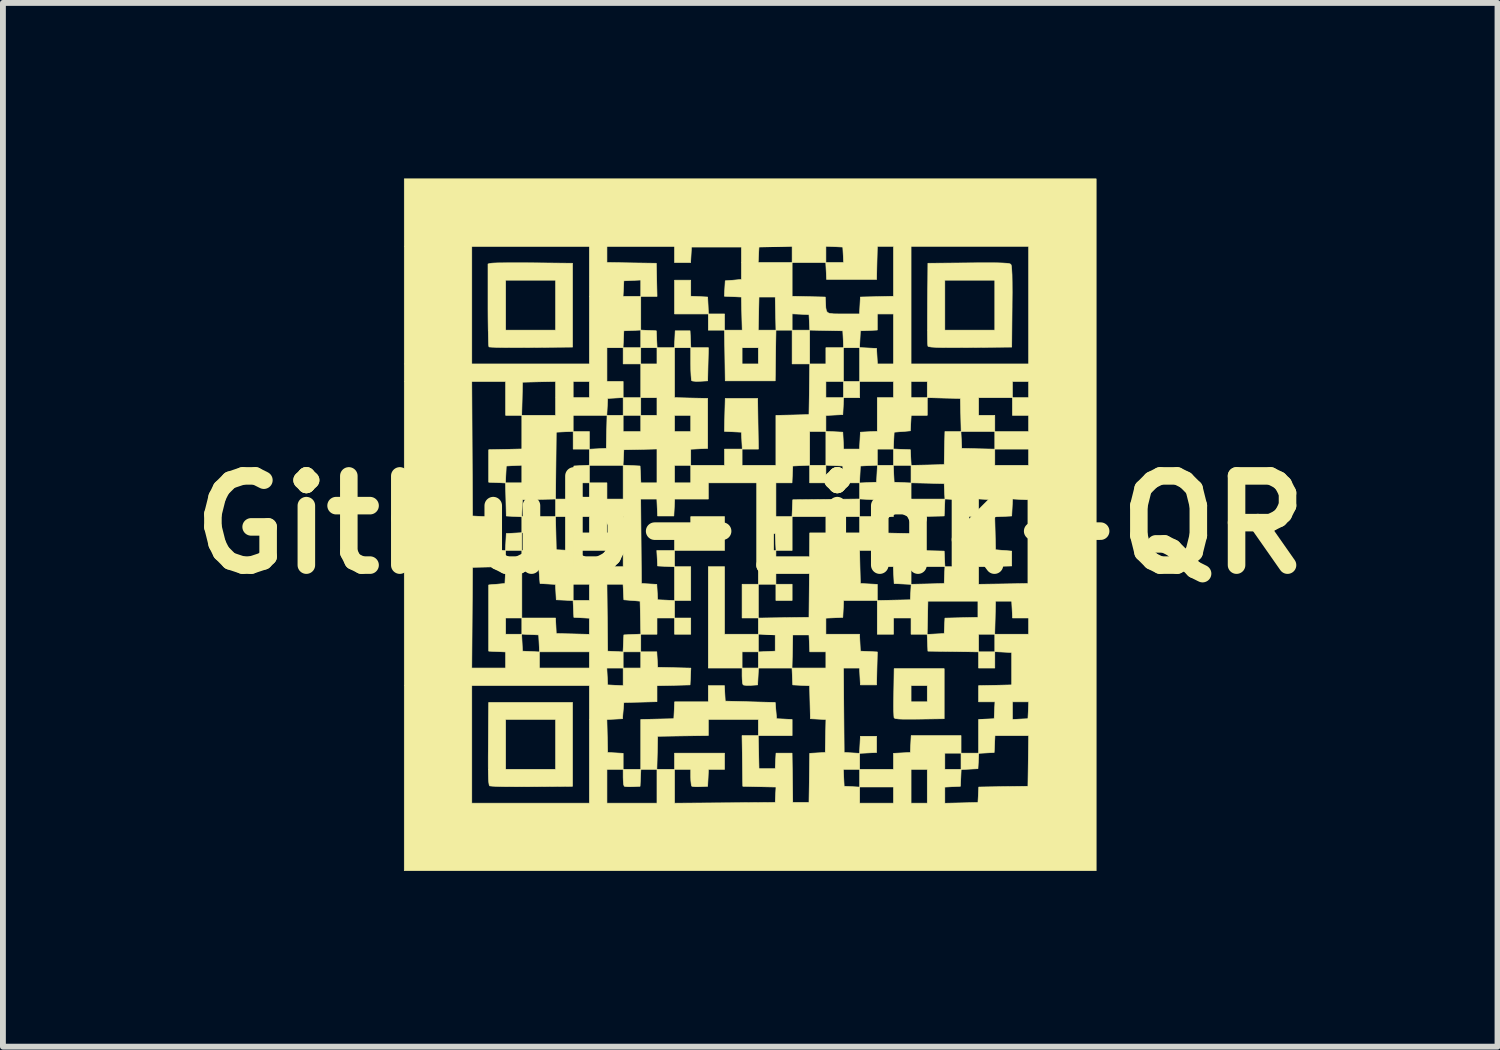
<source format=kicad_pcb>
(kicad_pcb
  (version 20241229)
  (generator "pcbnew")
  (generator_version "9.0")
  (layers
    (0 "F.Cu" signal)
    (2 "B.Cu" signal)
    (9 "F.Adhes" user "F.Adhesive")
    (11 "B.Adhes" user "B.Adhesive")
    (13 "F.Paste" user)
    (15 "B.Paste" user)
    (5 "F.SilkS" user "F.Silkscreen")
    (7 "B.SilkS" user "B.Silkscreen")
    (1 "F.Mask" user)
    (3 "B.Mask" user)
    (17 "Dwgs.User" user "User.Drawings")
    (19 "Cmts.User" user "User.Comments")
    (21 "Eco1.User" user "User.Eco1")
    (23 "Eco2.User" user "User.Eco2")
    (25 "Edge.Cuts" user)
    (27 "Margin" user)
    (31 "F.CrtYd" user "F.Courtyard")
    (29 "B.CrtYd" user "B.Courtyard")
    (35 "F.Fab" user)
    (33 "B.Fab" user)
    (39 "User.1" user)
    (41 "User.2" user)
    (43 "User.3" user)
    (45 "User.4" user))
  (footprint "GitHub-Link-QR"
    (layer "F.Cu")
    (at 9.768 5.916)
    (property "Reference" "GitHub-Link-QR" (at 0 0 0) (layer "F.SilkS") (effects (font (size 1.524 1.524) (thickness 0.3))))
    (attr through_hole)
    (fp_poly (pts (xy -2.748 -1.293) (xy -3.025 -1.293) (xy -3.025 -1.593) (xy -2.748 -1.593) (xy -2.748 -1.293)) (stroke (width 0.01) (type solid)) (fill yes) (layer "F.SilkS"))
    (fp_poly (pts (xy -1.87 -2.748) (xy -2.171 -2.748) (xy -2.171 -3.025) (xy -1.87 -3.025) (xy -1.87 -2.748)) (stroke (width 0.01) (type solid)) (fill yes) (layer "F.SilkS"))
    (fp_poly (pts (xy -1.87 -1.87) (xy -2.171 -1.87) (xy -2.171 -2.171) (xy -1.87 -2.171) (xy -1.87 -1.87)) (stroke (width 0.01) (type solid)) (fill yes) (layer "F.SilkS"))
    (fp_poly (pts (xy -1.016 1.87) (xy -1.293 1.87) (xy -1.293 1.593) (xy -1.016 1.593) (xy -1.016 1.87)) (stroke (width 0.01) (type solid)) (fill yes) (layer "F.SilkS"))
    (fp_poly (pts (xy 0.139 0.439) (xy 0.439 0.439) (xy 0.439 1.016) (xy 0.139 1.016) (xy 0.139 0.439)) (stroke (width 0.01) (type solid)) (fill yes) (layer "F.SilkS"))
    (fp_poly (pts (xy 0.139 1.593) (xy -0.139 1.593) (xy -0.139 1.016) (xy 0.139 1.016) (xy 0.139 1.593)) (stroke (width 0.01) (type solid)) (fill yes) (layer "F.SilkS"))
    (fp_poly (pts (xy 0.716 1.293) (xy 0.439 1.293) (xy 0.439 1.016) (xy 0.716 1.016) (xy 0.716 1.293)) (stroke (width 0.01) (type solid)) (fill yes) (layer "F.SilkS"))
    (fp_poly (pts (xy 1.016 -2.748) (xy 0.716 -2.748) (xy 0.716 -3.325) (xy 1.016 -3.325) (xy 1.016 -2.748)) (stroke (width 0.01) (type solid)) (fill yes) (layer "F.SilkS"))
    (fp_poly (pts (xy 1.293 -0.716) (xy 1.016 -0.716) (xy 1.016 -1.016) (xy 1.293 -1.016) (xy 1.293 -0.716)) (stroke (width 0.01) (type solid)) (fill yes) (layer "F.SilkS"))
    (fp_poly (pts (xy 1.87 -2.171) (xy 1.593 -2.171) (xy 1.593 -2.448) (xy 1.87 -2.448) (xy 1.87 -2.171)) (stroke (width 0.01) (type solid)) (fill yes) (layer "F.SilkS"))
    (fp_poly (pts (xy 4.179 2.448) (xy 3.902 2.448) (xy 3.902 2.171) (xy 4.179 2.171) (xy 4.179 2.448)) (stroke (width 0.01) (type solid)) (fill yes) (layer "F.SilkS"))
    (fp_poly (pts (xy -3.902 0.439) (xy -4.182 0.439) (xy -4.175 0.294) (xy -4.168 0.15) (xy -3.902 0.136) (xy -3.902 0.439)) (stroke (width 0.01) (type solid)) (fill yes) (layer "F.SilkS"))
    (fp_poly (pts (xy -2.748 -0.716) (xy -3.027 -0.716) (xy -3.013 -1.004) (xy -2.881 -1.011) (xy -2.748 -1.018) (xy -2.748 -0.716)) (stroke (width 0.01) (type solid)) (fill yes) (layer "F.SilkS"))
    (fp_poly (pts (xy 2.159 3.891) (xy 2.014 3.898) (xy 1.868 3.905) (xy 1.882 3.614) (xy 2.159 3.614) (xy 2.159 3.891)) (stroke (width 0.01) (type solid)) (fill yes) (layer "F.SilkS"))
    (fp_poly (pts (xy -1.87 -3.327) (xy -1.738 -3.32) (xy -1.605 -3.314) (xy -1.598 -3.169) (xy -1.591 -3.025) (xy -1.87 -3.025) (xy -1.87 -3.327)) (stroke (width 0.01) (type solid)) (fill yes) (layer "F.SilkS"))
    (fp_poly (pts (xy -1.87 2.171) (xy -2.173 2.171) (xy -2.166 2.026) (xy -2.159 1.882) (xy -2.015 1.875) (xy -1.87 1.868) (xy -1.87 2.171)) (stroke (width 0.01) (type solid)) (fill yes) (layer "F.SilkS"))
    (fp_poly (pts (xy -1.293 0.139) (xy -1.016 0.139) (xy -1.016 -0.139) (xy -0.439 -0.139) (xy -0.439 0.439) (xy -1.293 0.439) (xy -1.293 0.139)) (stroke (width 0.01) (type solid)) (fill yes) (layer "F.SilkS"))
    (fp_poly (pts (xy 2.592 -1.288) (xy 2.736 -1.282) (xy 2.743 -1.149) (xy 2.75 -1.016) (xy 2.448 -1.016) (xy 2.448 -1.295) (xy 2.592 -1.288)) (stroke (width 0.01) (type solid)) (fill yes) (layer "F.SilkS"))
    (fp_poly (pts (xy 3.32 -0.294) (xy 3.314 -0.15) (xy 3.031 -0.144) (xy 2.748 -0.137) (xy 2.748 -0.439) (xy 3.327 -0.439) (xy 3.32 -0.294)) (stroke (width 0.01) (type solid)) (fill yes) (layer "F.SilkS"))
    (fp_poly (pts (xy 3.898 4.035) (xy 3.891 4.168) (xy 3.747 4.175) (xy 3.602 4.182) (xy 3.602 3.902) (xy 3.905 3.902) (xy 3.898 4.035)) (stroke (width 0.01) (type solid)) (fill yes) (layer "F.SilkS"))
    (fp_poly (pts (xy -0.716 2.448) (xy -0.716 0.716) (xy -0.439 0.716) (xy -0.439 1.87) (xy 0.139 1.87) (xy 0.139 2.171) (xy -0.139 2.171) (xy -0.139 2.448) (xy -0.716 2.448)) (stroke (width 0.01) (type solid)) (fill yes) (layer "F.SilkS"))
    (fp_poly (pts (xy -1.293 0.716) (xy -1.016 0.716) (xy -1.016 1.293) (xy -1.293 1.293) (xy -1.293 0.718) (xy -1.437 0.711) (xy -1.582 0.704) (xy -1.589 0.572) (xy -1.596 0.439) (xy -1.293 0.439) (xy -1.293 0.716)) (stroke (width 0.01) (type solid)) (fill yes) (layer "F.SilkS"))
    (fp_poly (pts (xy 0.133 -1.726) (xy 0.14 -1.293) (xy -0.136 -1.293) (xy -0.143 -1.437) (xy -0.15 -1.582) (xy -0.295 -1.589) (xy -0.44 -1.596) (xy -0.434 -1.877) (xy -0.427 -2.159) (xy 0.127 -2.159) (xy 0.133 -1.726)) (stroke (width 0.01) (type solid)) (fill yes) (layer "F.SilkS"))
    (fp_poly (pts (xy 0.141 2.448) (xy 0.134 2.592) (xy 0.127 2.736) (xy 0.011 2.743) (xy -0.059 2.744) (xy -0.109 2.739) (xy -0.122 2.733) (xy -0.131 2.703) (xy -0.137 2.641) (xy -0.139 2.582) (xy -0.139 2.448) (xy 0.141 2.448)) (stroke (width 0.01) (type solid)) (fill yes) (layer "F.SilkS"))
    (fp_poly (pts (xy -1.016 -3.905) (xy -0.872 -3.898) (xy -0.727 -3.891) (xy -0.72 -3.747) (xy -0.714 -3.602) (xy -0.439 -3.602) (xy -0.439 -3.325) (xy -0.716 -3.325) (xy -0.716 -3.602) (xy -1.293 -3.602) (xy -1.293 -4.179) (xy -1.016 -4.179) (xy -1.016 -3.905)) (stroke (width 0.01) (type solid)) (fill yes) (layer "F.SilkS"))
    (fp_poly (pts (xy -0.439 4.179) (xy -0.714 4.179) (xy -0.72 4.324) (xy -0.727 4.468) (xy -0.855 4.475) (xy -0.929 4.476) (xy -0.982 4.471) (xy -1 4.465) (xy -1.008 4.435) (xy -1.014 4.373) (xy -1.016 4.314) (xy -1.016 4.179) (xy -1.293 4.179) (xy -1.293 3.902) (xy -0.439 3.902) (xy -0.439 4.179)) (stroke (width 0.01) (type solid)) (fill yes) (layer "F.SilkS"))
    (fp_poly (pts (xy -1.021 -3.169) (xy -1.014 -3.025) (xy -0.714 -3.025) (xy -0.721 -2.742) (xy -0.727 -2.459) (xy -0.855 -2.452) (xy -0.929 -2.451) (xy -0.982 -2.456) (xy -1 -2.462) (xy -1.006 -2.49) (xy -1.011 -2.555) (xy -1.015 -2.647) (xy -1.016 -2.752) (xy -1.016 -3.025) (xy -1.295 -3.025) (xy -1.288 -3.169) (xy -1.282 -3.314) (xy -1.028 -3.314) (xy -1.021 -3.169)) (stroke (width 0.01) (type solid)) (fill yes) (layer "F.SilkS"))
    (fp_poly (pts (xy 2.452 -0.872) (xy 2.459 -0.727) (xy 2.603 -0.72) (xy 2.748 -0.714) (xy 2.748 -0.441) (xy 2.603 -0.434) (xy 2.459 -0.427) (xy 2.452 -0.283) (xy 2.445 -0.139) (xy 2.173 -0.139) (xy 2.166 -0.283) (xy 2.159 -0.427) (xy 2.015 -0.434) (xy 1.87 -0.441) (xy 1.87 -0.714) (xy 2.015 -0.72) (xy 2.159 -0.727) (xy 2.166 -0.872) (xy 2.173 -1.016) (xy 2.445 -1.016) (xy 2.452 -0.872)) (stroke (width 0.01) (type solid)) (fill yes) (layer "F.SilkS"))
    (fp_poly (pts (xy 3.314 3.314) (xy 2.892 3.32) (xy 2.735 3.321) (xy 2.619 3.321) (xy 2.539 3.318) (xy 2.489 3.312) (xy 2.463 3.302) (xy 2.458 3.296) (xy 2.455 3.264) (xy 2.452 3.194) (xy 2.451 3.094) (xy 2.452 2.972) (xy 2.453 2.862) (xy 2.455 2.748) (xy 2.748 2.748) (xy 2.748 3.025) (xy 3.025 3.025) (xy 3.025 2.748) (xy 2.748 2.748) (xy 2.455 2.748) (xy 2.459 2.459) (xy 3.314 2.459) (xy 3.314 3.314)) (stroke (width 0.01) (type solid)) (fill yes) (layer "F.SilkS"))
    (fp_poly (pts (xy -3.036 4.468) (xy -3.729 4.474) (xy -3.904 4.475) (xy -4.065 4.474) (xy -4.206 4.473) (xy -4.32 4.47) (xy -4.402 4.466) (xy -4.446 4.462) (xy -4.451 4.461) (xy -4.46 4.445) (xy -4.466 4.408) (xy -4.471 4.346) (xy -4.474 4.254) (xy -4.476 4.128) (xy -4.476 3.964) (xy -4.474 3.759) (xy -4.474 3.739) (xy -4.471 3.325) (xy -4.179 3.325) (xy -4.179 4.179) (xy -3.325 4.179) (xy -3.325 3.325) (xy -4.179 3.325) (xy -4.471 3.325) (xy -4.468 3.036) (xy -3.036 3.036) (xy -3.036 4.468)) (stroke (width 0.01) (type solid)) (fill yes) (layer "F.SilkS"))
    (fp_poly (pts (xy -3.914 -4.476) (xy -3.742 -4.475) (xy -3.706 -4.475) (xy -3.036 -4.468) (xy -3.036 -3.036) (xy -3.742 -3.03) (xy -3.918 -3.029) (xy -4.08 -3.029) (xy -4.22 -3.03) (xy -4.334 -3.032) (xy -4.415 -3.035) (xy -4.458 -3.038) (xy -4.464 -3.04) (xy -4.468 -3.066) (xy -4.471 -3.133) (xy -4.474 -3.234) (xy -4.477 -3.364) (xy -4.479 -3.517) (xy -4.48 -3.687) (xy -4.48 -3.756) (xy -4.48 -4.179) (xy -4.179 -4.179) (xy -4.179 -3.325) (xy -3.325 -3.325) (xy -3.325 -4.179) (xy -4.179 -4.179) (xy -4.48 -4.179) (xy -4.48 -4.456) (xy -4.428 -4.468) (xy -4.392 -4.471) (xy -4.316 -4.474) (xy -4.207 -4.475) (xy -4.071 -4.476) (xy -3.914 -4.476)) (stroke (width 0.01) (type solid)) (fill yes) (layer "F.SilkS"))
    (fp_poly (pts (xy -0.427 3.013) (xy 0 3.025) (xy 0.427 3.036) (xy 0.439 3.175) (xy 0.45 3.314) (xy 0.583 3.32) (xy 0.716 3.327) (xy 0.716 3.602) (xy 0.139 3.602) (xy 0.139 3.325) (xy -0.716 3.325) (xy -0.716 3.601) (xy -1.149 3.607) (xy -1.582 3.614) (xy -1.588 3.897) (xy -1.595 4.179) (xy -1.868 4.179) (xy -1.875 4.324) (xy -1.882 4.468) (xy -2.01 4.475) (xy -2.083 4.476) (xy -2.137 4.471) (xy -2.154 4.465) (xy -2.163 4.435) (xy -2.169 4.373) (xy -2.171 4.314) (xy -2.171 4.179) (xy -1.87 4.179) (xy -1.87 3.327) (xy -1.587 3.32) (xy -1.305 3.314) (xy -1.298 3.169) (xy -1.291 3.025) (xy -0.716 3.025) (xy -0.716 2.748) (xy -0.441 2.748) (xy -0.427 3.013)) (stroke (width 0.01) (type solid)) (fill yes) (layer "F.SilkS"))
    (fp_poly (pts (xy 4.223 -4.475) (xy 4.316 -4.472) (xy 4.382 -4.468) (xy 4.424 -4.462) (xy 4.447 -4.454) (xy 4.454 -4.448) (xy 4.462 -4.422) (xy 4.468 -4.364) (xy 4.473 -4.271) (xy 4.475 -4.141) (xy 4.476 -3.97) (xy 4.474 -3.757) (xy 4.474 -3.726) (xy 4.468 -3.036) (xy 3.757 -3.03) (xy 3.549 -3.029) (xy 3.382 -3.029) (xy 3.253 -3.03) (xy 3.159 -3.033) (xy 3.094 -3.037) (xy 3.055 -3.043) (xy 3.037 -3.051) (xy 3.036 -3.054) (xy 3.033 -3.083) (xy 3.031 -3.153) (xy 3.029 -3.258) (xy 3.029 -3.39) (xy 3.029 -3.545) (xy 3.03 -3.716) (xy 3.03 -3.776) (xy 3.034 -4.179) (xy 3.325 -4.179) (xy 3.325 -3.325) (xy 4.179 -3.325) (xy 4.179 -4.179) (xy 3.325 -4.179) (xy 3.034 -4.179) (xy 3.036 -4.468) (xy 3.732 -4.474) (xy 3.936 -4.476) (xy 4.098 -4.476) (xy 4.223 -4.475)) (stroke (width 0.01) (type solid)) (fill yes) (layer "F.SilkS"))
    (fp_poly (pts (xy 5.911 5.911) (xy -5.911 5.911) (xy -5.911 2.748) (xy -4.757 2.748) (xy -4.757 4.757) (xy -2.748 4.757) (xy -2.748 3.327) (xy -2.449 3.327) (xy -2.436 3.891) (xy -2.303 3.898) (xy -2.171 3.905) (xy -2.171 4.179) (xy -2.448 4.179) (xy -2.448 4.757) (xy -1.593 4.757) (xy -1.593 4.179) (xy -1.293 4.179) (xy -1.293 4.757) (xy -0.433 4.751) (xy 0.427 4.745) (xy 0.434 4.613) (xy 0.441 4.481) (xy 0.157 4.475) (xy -0.127 4.468) (xy -0.133 4.035) (xy -0.14 3.602) (xy 0.137 3.602) (xy 0.144 3.885) (xy 0.15 4.168) (xy 0.427 4.168) (xy 0.434 4.035) (xy 0.441 3.902) (xy 0.715 3.902) (xy 0.721 4.324) (xy 0.727 4.745) (xy 1.004 4.745) (xy 1.013 4.179) (xy 1.591 4.179) (xy 1.598 4.324) (xy 1.605 4.468) (xy 1.87 4.482) (xy 1.87 4.757) (xy 2.448 4.757) (xy 2.448 4.48) (xy 1.87 4.48) (xy 1.87 4.179) (xy 1.591 4.179) (xy 1.013 4.179) (xy 1.017 3.905) (xy 1.149 3.898) (xy 1.282 3.891) (xy 1.294 3.327) (xy 1.028 3.314) (xy 1.015 2.75) (xy 0.871 2.743) (xy 0.727 2.736) (xy 0.72 2.592) (xy 0.714 2.448) (xy 0.714 2.448) (xy 1.293 2.448) (xy 1.293 2.171) (xy 1.018 2.171) (xy 1.011 2.026) (xy 1.004 1.882) (xy 0.727 1.882) (xy 0.721 2.165) (xy 0.714 2.448) (xy 0.714 2.448) (xy 0.139 2.448) (xy 0.139 2.173) (xy 0.283 2.166) (xy 0.427 2.159) (xy 0.427 1.882) (xy 0.283 1.875) (xy 0.139 1.868) (xy 0.139 1.595) (xy 1.293 1.595) (xy 1.293 1.87) (xy 1.868 1.87) (xy 1.875 2.015) (xy 1.882 2.159) (xy 2.172 2.173) (xy 2.165 2.455) (xy 2.159 2.736) (xy 1.882 2.736) (xy 1.875 2.592) (xy 1.868 2.448) (xy 1.593 2.448) (xy 1.599 3.169) (xy 1.605 3.891) (xy 1.738 3.898) (xy 1.87 3.905) (xy 1.87 4.179) (xy 2.448 4.179) (xy 2.748 4.179) (xy 2.748 4.757) (xy 3.025 4.757) (xy 3.025 4.179) (xy 2.748 4.179) (xy 2.448 4.179) (xy 2.448 3.905) (xy 2.736 3.891) (xy 2.743 3.747) (xy 2.75 3.602) (xy 3.602 3.602) (xy 3.602 3.902) (xy 3.325 3.902) (xy 3.325 4.179) (xy 3.604 4.179) (xy 3.598 4.324) (xy 3.591 4.468) (xy 3.325 4.482) (xy 3.325 4.758) (xy 3.608 4.752) (xy 3.891 4.745) (xy 3.905 4.481) (xy 4.325 4.474) (xy 4.745 4.468) (xy 4.751 4.035) (xy 4.758 3.602) (xy 4.182 3.602) (xy 4.175 3.747) (xy 4.168 3.891) (xy 4.035 3.898) (xy 3.902 3.905) (xy 3.902 3.327) (xy 4.035 3.32) (xy 4.168 3.314) (xy 4.175 3.169) (xy 4.182 3.025) (xy 4.48 3.025) (xy 4.48 3.327) (xy 4.612 3.32) (xy 4.745 3.314) (xy 4.752 3.169) (xy 4.759 3.025) (xy 4.48 3.025) (xy 4.182 3.025) (xy 3.902 3.025) (xy 3.902 2.749) (xy 4.185 2.743) (xy 4.468 2.736) (xy 4.468 2.182) (xy 4.324 2.175) (xy 4.179 2.168) (xy 4.179 1.87) (xy 4.757 1.87) (xy 4.757 1.593) (xy 4.482 1.593) (xy 4.475 1.449) (xy 4.468 1.305) (xy 4.191 1.305) (xy 4.185 1.587) (xy 4.178 1.87) (xy 3.902 1.87) (xy 3.902 2.172) (xy 3.469 2.165) (xy 3.036 2.159) (xy 3.03 2.016) (xy 3.023 1.873) (xy 3.168 1.866) (xy 3.314 1.859) (xy 3.327 1.595) (xy 3.891 1.582) (xy 3.891 1.305) (xy 3.036 1.305) (xy 3.03 1.587) (xy 3.023 1.87) (xy 2.748 1.87) (xy 2.748 1.593) (xy 2.448 1.593) (xy 2.448 1.87) (xy 2.171 1.87) (xy 2.171 1.295) (xy 2.453 1.288) (xy 2.736 1.282) (xy 2.743 1.149) (xy 2.75 1.017) (xy 3.032 1.011) (xy 3.314 1.004) (xy 3.32 0.86) (xy 3.327 0.716) (xy 2.748 0.716) (xy 2.748 1.018) (xy 2.603 1.011) (xy 2.459 1.004) (xy 2.452 0.86) (xy 2.445 0.716) (xy 2.171 0.716) (xy 2.171 0.439) (xy 1.869 0.439) (xy 1.875 0.722) (xy 1.882 1.004) (xy 2.026 1.011) (xy 2.171 1.018) (xy 2.171 1.293) (xy 1.595 1.293) (xy 1.589 1.437) (xy 1.582 1.582) (xy 1.437 1.589) (xy 1.293 1.595) (xy 0.139 1.595) (xy 0.139 1.594) (xy 0.572 1.588) (xy 1.004 1.582) (xy 1.011 0.86) (xy 1.017 0.139) (xy 1.293 0.139) (xy 1.293 -0.139) (xy 1.593 -0.139) (xy 1.593 0.139) (xy 1.87 0.139) (xy 1.87 -0.139) (xy 1.593 -0.139) (xy 1.293 -0.139) (xy 0.716 -0.139) (xy 0.716 0.439) (xy 0.441 0.439) (xy 0.434 0.294) (xy 0.427 0.15) (xy 0.283 0.143) (xy 0.139 0.136) (xy 0.139 -0.716) (xy 0.439 -0.716) (xy 0.439 -0.139) (xy 0.714 -0.139) (xy 0.72 -0.283) (xy 0.727 -0.427) (xy 1.87 -0.44) (xy 1.87 -0.139) (xy 2.171 -0.139) (xy 2.171 0.137) (xy 2.453 0.144) (xy 2.736 0.15) (xy 2.743 0.294) (xy 2.75 0.437) (xy 3.314 0.45) (xy 3.32 0.583) (xy 3.327 0.716) (xy 3.601 0.716) (xy 3.607 0.433) (xy 3.614 0.15) (xy 3.752 0.139) (xy 3.891 0.127) (xy 3.898 -0.006) (xy 3.905 -0.139) (xy 4.178 -0.139) (xy 4.185 0.144) (xy 4.191 0.427) (xy 4.33 0.439) (xy 4.468 0.45) (xy 4.468 0.704) (xy 4.185 0.711) (xy 3.902 0.717) (xy 3.902 1.017) (xy 4.324 1.011) (xy 4.745 1.004) (xy 4.745 -0.427) (xy 4.482 -0.441) (xy 4.475 -0.296) (xy 4.468 -0.15) (xy 4.325 -0.143) (xy 4.182 -0.136) (xy 4.175 -0.282) (xy 4.168 -0.427) (xy 4.035 -0.434) (xy 3.902 -0.441) (xy 3.902 -0.136) (xy 3.758 -0.143) (xy 3.614 -0.15) (xy 3.602 -0.289) (xy 3.591 -0.427) (xy 3.459 -0.434) (xy 3.327 -0.441) (xy 3.32 -0.573) (xy 3.314 -0.704) (xy 3.031 -0.711) (xy 2.748 -0.717) (xy 2.748 -1.015) (xy 3.031 -1.021) (xy 3.314 -1.028) (xy 3.32 -1.31) (xy 3.327 -1.593) (xy 3.463 -1.593) (xy 3.6 -1.593) (xy 3.607 -1.449) (xy 3.614 -1.305) (xy 3.897 -1.298) (xy 4.179 -1.292) (xy 4.179 -1.016) (xy 4.757 -1.016) (xy 4.757 -1.293) (xy 4.179 -1.293) (xy 4.179 -1.593) (xy 3.604 -1.593) (xy 3.591 -2.159) (xy 3.308 -2.165) (xy 3.087 -2.171) (xy 3.902 -2.171) (xy 3.902 -1.87) (xy 4.179 -1.87) (xy 4.179 -1.593) (xy 4.757 -1.593) (xy 4.757 -1.87) (xy 4.48 -1.87) (xy 4.48 -2.171) (xy 3.902 -2.171) (xy 3.087 -2.171) (xy 3.025 -2.172) (xy 3.025 -2.448) (xy 4.48 -2.448) (xy 4.48 -2.171) (xy 4.757 -2.171) (xy 4.757 -2.448) (xy 4.48 -2.448) (xy 3.025 -2.448) (xy 2.748 -2.448) (xy 2.748 -2.171) (xy 3.025 -2.171) (xy 3.025 -1.87) (xy 2.75 -1.87) (xy 2.743 -1.738) (xy 2.736 -1.605) (xy 2.598 -1.593) (xy 2.459 -1.582) (xy 2.452 -1.437) (xy 2.445 -1.293) (xy 2.171 -1.293) (xy 2.171 -1.018) (xy 2.026 -1.011) (xy 1.882 -1.004) (xy 1.875 -0.86) (xy 1.868 -0.716) (xy 1.595 -0.716) (xy 1.589 -0.86) (xy 1.582 -1.004) (xy 1.437 -1.011) (xy 1.293 -1.018) (xy 1.293 -1.593) (xy 1.016 -1.593) (xy 1.016 -1.018) (xy 0.872 -1.011) (xy 0.727 -1.004) (xy 0.72 -0.86) (xy 0.714 -0.716) (xy 0.439 -0.716) (xy 0.139 -0.716) (xy -0.716 -0.716) (xy -0.716 -0.439) (xy -1.291 -0.439) (xy -1.298 -0.294) (xy -1.305 -0.15) (xy -1.582 -0.15) (xy -1.589 -0.294) (xy -1.595 -0.439) (xy -1.871 -0.439) (xy -1.865 0.283) (xy -1.859 1.004) (xy -1.727 1.011) (xy -1.596 1.018) (xy -1.589 1.15) (xy -1.582 1.282) (xy -1.437 1.288) (xy -1.293 1.295) (xy -1.293 1.593) (xy -1.593 1.593) (xy -1.593 1.87) (xy -1.869 1.87) (xy -1.875 1.587) (xy -1.882 1.305) (xy -2.02 1.293) (xy -2.159 1.282) (xy -2.173 1.016) (xy -2.448 1.016) (xy -2.436 2.159) (xy -2.171 2.173) (xy -2.171 2.448) (xy -1.87 2.448) (xy -1.87 2.171) (xy -1.596 2.171) (xy -1.589 2.303) (xy -1.582 2.436) (xy -1.014 2.449) (xy -1.028 2.736) (xy -1.31 2.743) (xy -1.593 2.749) (xy -1.593 3.023) (xy -1.876 3.03) (xy -2.159 3.036) (xy -2.171 3.175) (xy -2.182 3.314) (xy -2.449 3.327) (xy -2.748 3.327) (xy -2.748 2.748) (xy -4.757 2.748) (xy -5.911 2.748) (xy -5.911 2.448) (xy -4.757 2.448) (xy -4.179 2.448) (xy -4.179 2.173) (xy -4.324 2.166) (xy -4.468 2.159) (xy -4.468 1.593) (xy -4.179 1.593) (xy -4.179 1.87) (xy -3.905 1.87) (xy -3.898 2.015) (xy -3.891 2.159) (xy -3.747 2.166) (xy -3.602 2.173) (xy -3.602 2.448) (xy -2.748 2.448) (xy -2.45 2.448) (xy -2.443 2.592) (xy -2.436 2.736) (xy -2.171 2.75) (xy -2.171 2.448) (xy -2.45 2.448) (xy -2.748 2.448) (xy -2.748 2.171) (xy -3.6 2.171) (xy -3.607 2.026) (xy -3.614 1.882) (xy -3.758 1.875) (xy -3.902 1.868) (xy -3.902 1.593) (xy -4.179 1.593) (xy -4.468 1.593) (xy -4.468 1.028) (xy -4.33 1.016) (xy -4.191 1.004) (xy -4.184 0.86) (xy -4.177 0.716) (xy -3.902 0.716) (xy -3.902 1.593) (xy -3.327 1.593) (xy -3.32 1.726) (xy -3.314 1.859) (xy -3.031 1.865) (xy -2.748 1.872) (xy -2.748 1.596) (xy -2.881 1.589) (xy -3.013 1.582) (xy -3.02 1.437) (xy -3.027 1.295) (xy -3.071 1.293) (xy -3.027 1.293) (xy -3.027 1.295) (xy -3.025 1.295) (xy -3.025 1.293) (xy -3.027 1.293) (xy -3.071 1.293) (xy -3.169 1.288) (xy -3.314 1.282) (xy -3.327 1.018) (xy -3.37 1.016) (xy -3.025 1.016) (xy -3.025 1.293) (xy -2.748 1.293) (xy -2.748 1.016) (xy -3.025 1.016) (xy -3.37 1.016) (xy -3.459 1.011) (xy -3.591 1.004) (xy -3.602 0.866) (xy -3.614 0.727) (xy -3.758 0.72) (xy -3.902 0.714) (xy -3.902 0.441) (xy -3.758 0.434) (xy -3.614 0.427) (xy -3.614 0.15) (xy -3.758 0.143) (xy -3.902 0.136) (xy -3.902 -0.139) (xy -3.327 -0.139) (xy -3.32 0.144) (xy -3.314 0.427) (xy -3.169 0.434) (xy -3.025 0.441) (xy -3.025 0.716) (xy -2.171 0.716) (xy -2.171 0.439) (xy -3.025 0.439) (xy -3.025 0.139) (xy -2.748 0.139) (xy -2.748 -0.139) (xy -2.448 -0.139) (xy -2.448 0.139) (xy -2.171 0.139) (xy -2.171 -0.139) (xy -2.448 -0.139) (xy -2.748 -0.139) (xy -3.325 -0.139) (xy -3.325 -0.439) (xy -2.748 -0.439) (xy -2.748 -0.716) (xy -2.448 -0.716) (xy -2.448 -0.439) (xy -2.171 -0.439) (xy -2.171 -1.018) (xy -2.026 -1.011) (xy -1.882 -1.004) (xy -1.875 -0.86) (xy -1.868 -0.716) (xy -1.593 -0.716) (xy -1.593 -1.016) (xy -1.293 -1.016) (xy -1.293 -0.716) (xy -1.016 -0.716) (xy -1.016 -1.016) (xy -1.293 -1.016) (xy -1.593 -1.016) (xy -1.593 -1.295) (xy -1.876 -1.288) (xy -2.159 -1.282) (xy -2.166 -1.149) (xy -2.173 -1.016) (xy -2.748 -1.016) (xy -2.748 -1.291) (xy -2.603 -1.298) (xy -2.459 -1.305) (xy -2.453 -1.587) (xy -2.446 -1.87) (xy -2.171 -1.87) (xy -2.171 -1.593) (xy -1.87 -1.593) (xy -1.87 -1.87) (xy -1.593 -1.87) (xy -1.293 -1.87) (xy -1.293 -1.593) (xy -1.016 -1.593) (xy -1.016 -1.87) (xy -1.293 -1.87) (xy -1.593 -1.87) (xy -1.593 -2.171) (xy -1.87 -2.171) (xy -1.87 -2.748) (xy -1.593 -2.748) (xy -1.593 -3.025) (xy -1.293 -3.025) (xy -1.293 -2.172) (xy -1.01 -2.165) (xy -0.727 -2.159) (xy -0.727 -1.305) (xy -0.872 -1.298) (xy -1.016 -1.291) (xy -1.016 -1.016) (xy -0.439 -1.016) (xy -0.439 -1.293) (xy -0.139 -1.293) (xy -0.139 -1.016) (xy 0.439 -1.016) (xy 0.439 -1.869) (xy 0.722 -1.875) (xy 1.004 -1.882) (xy 1.011 -2.315) (xy 1.017 -2.748) (xy 1.293 -2.748) (xy 1.293 -3.025) (xy 1.593 -3.025) (xy 1.593 -2.448) (xy 1.293 -2.448) (xy 1.293 -2.171) (xy 1.595 -2.171) (xy 1.589 -2.026) (xy 1.582 -1.882) (xy 1.437 -1.875) (xy 1.293 -1.868) (xy 1.293 -1.595) (xy 1.437 -1.589) (xy 1.582 -1.582) (xy 1.589 -1.437) (xy 1.595 -1.293) (xy 1.868 -1.293) (xy 1.875 -1.437) (xy 1.882 -1.582) (xy 2.026 -1.589) (xy 2.171 -1.595) (xy 2.171 -2.171) (xy 2.448 -2.171) (xy 2.448 -2.448) (xy 1.87 -2.448) (xy 1.87 -3.027) (xy 2.159 -3.013) (xy 2.166 -2.881) (xy 2.173 -2.748) (xy 2.448 -2.748) (xy 2.448 -3.602) (xy 2.171 -3.602) (xy 2.171 -3.327) (xy 2.026 -3.32) (xy 1.882 -3.314) (xy 1.875 -3.169) (xy 1.868 -3.025) (xy 1.595 -3.025) (xy 1.589 -3.169) (xy 1.582 -3.314) (xy 1.3 -3.32) (xy 1.018 -3.326) (xy 1.004 -3.591) (xy 0.86 -3.598) (xy 0.716 -3.604) (xy 0.716 -3.325) (xy 0.44 -3.325) (xy 0.434 -3.608) (xy 0.427 -3.891) (xy 0.15 -3.891) (xy 0.144 -3.608) (xy 0.137 -3.325) (xy 0.44 -3.325) (xy 0.433 -2.892) (xy 0.427 -2.459) (xy -0.427 -2.459) (xy -0.433 -2.892) (xy -0.435 -3.025) (xy -0.139 -3.025) (xy -0.139 -2.748) (xy 0.139 -2.748) (xy 0.139 -3.025) (xy -0.139 -3.025) (xy -0.435 -3.025) (xy -0.44 -3.325) (xy -0.137 -3.325) (xy -0.144 -3.608) (xy -0.15 -3.891) (xy -0.296 -3.898) (xy -0.423 -3.904) (xy 0.716 -3.904) (xy 0.999 -3.897) (xy 1.282 -3.891) (xy 1.288 -3.775) (xy 1.292 -3.704) (xy 1.301 -3.656) (xy 1.321 -3.626) (xy 1.361 -3.61) (xy 1.428 -3.603) (xy 1.53 -3.602) (xy 1.591 -3.602) (xy 1.868 -3.602) (xy 1.875 -3.747) (xy 1.882 -3.891) (xy 2.165 -3.897) (xy 2.448 -3.904) (xy 2.448 -4.757) (xy 2.748 -4.757) (xy 2.748 -2.748) (xy 4.757 -2.748) (xy 4.757 -4.757) (xy 2.748 -4.757) (xy 2.448 -4.757) (xy 2.172 -4.757) (xy 2.165 -4.474) (xy 2.159 -4.191) (xy 1.305 -4.191) (xy 1.291 -4.48) (xy 1.293 -4.48) (xy 1.596 -4.48) (xy 1.582 -4.745) (xy 1.437 -4.752) (xy 1.293 -4.759) (xy 1.293 -4.48) (xy 1.291 -4.48) (xy 0.716 -4.48) (xy 0.716 -3.904) (xy -0.423 -3.904) (xy -0.441 -3.905) (xy -0.427 -4.168) (xy -0.289 -4.179) (xy -0.15 -4.191) (xy -0.15 -4.48) (xy 0.136 -4.48) (xy 0.716 -4.48) (xy 0.716 -4.758) (xy 0.433 -4.752) (xy 0.15 -4.745) (xy 0.136 -4.48) (xy -0.15 -4.48) (xy -0.15 -4.745) (xy -1.004 -4.745) (xy -1.018 -4.48) (xy -1.293 -4.48) (xy -1.293 -4.757) (xy -2.448 -4.757) (xy -2.448 -4.481) (xy -2.026 -4.474) (xy -1.605 -4.468) (xy -1.598 -4.185) (xy -1.592 -3.902) (xy -1.87 -3.902) (xy -1.87 -3.327) (xy -2.015 -3.32) (xy -2.159 -3.314) (xy -2.166 -3.169) (xy -2.173 -3.025) (xy -2.448 -3.025) (xy -2.448 -2.448) (xy -2.171 -2.448) (xy -2.171 -2.173) (xy -2.436 -2.159) (xy -2.443 -2.015) (xy -2.45 -1.87) (xy -3.025 -1.87) (xy -3.025 -1.595) (xy -3.169 -1.589) (xy -3.314 -1.582) (xy -3.32 -1.011) (xy -3.326 -0.44) (xy -3.891 -0.427) (xy -3.898 -0.282) (xy -3.905 -0.136) (xy -4.036 -0.143) (xy -4.168 -0.15) (xy -4.174 -0.433) (xy -4.181 -0.716) (xy -3.902 -0.716) (xy -3.902 -1.018) (xy -4.168 -1.004) (xy -4.175 -0.859) (xy -4.182 -0.714) (xy -4.325 -0.721) (xy -4.468 -0.727) (xy -4.468 -1.282) (xy -4.185 -1.288) (xy -3.902 -1.295) (xy -3.902 -1.87) (xy -3.325 -1.87) (xy -3.325 -2.448) (xy -3.025 -2.448) (xy -3.025 -2.171) (xy -2.748 -2.171) (xy -2.748 -2.448) (xy -3.025 -2.448) (xy -3.325 -2.448) (xy -3.325 -2.449) (xy -3.608 -2.443) (xy -3.891 -2.436) (xy -3.897 -2.153) (xy -3.904 -1.87) (xy -4.179 -1.87) (xy -4.179 -2.448) (xy -4.757 -2.448) (xy -4.751 -1.299) (xy -4.745 -0.15) (xy -4.613 -0.143) (xy -4.481 -0.136) (xy -4.468 0.427) (xy -4.324 0.434) (xy -4.179 0.441) (xy -4.179 0.714) (xy -4.462 0.721) (xy -4.745 0.727) (xy -4.751 1.587) (xy -4.757 2.448) (xy -5.911 2.448) (xy -5.911 -4.757) (xy -4.757 -4.757) (xy -4.757 -2.748) (xy -2.748 -2.748) (xy -2.748 -3.902) (xy -2.173 -3.902) (xy -1.87 -3.902) (xy -1.87 -4.182) (xy -2.015 -4.175) (xy -2.159 -4.168) (xy -2.173 -3.902) (xy -2.748 -3.902) (xy -2.748 -4.757) (xy -4.757 -4.757) (xy -5.911 -4.757) (xy -5.911 -5.911) (xy 5.911 -5.911) (xy 5.911 5.911)) (stroke (width 0.01) (type solid)) (fill yes) (layer "F.SilkS")))
  (gr_rect
    (start -3 -3)
    (end 22.536 14.833)
    (stroke (width 0.1) (type default))
    (fill no)
    (layer "Edge.Cuts")))
</source>
